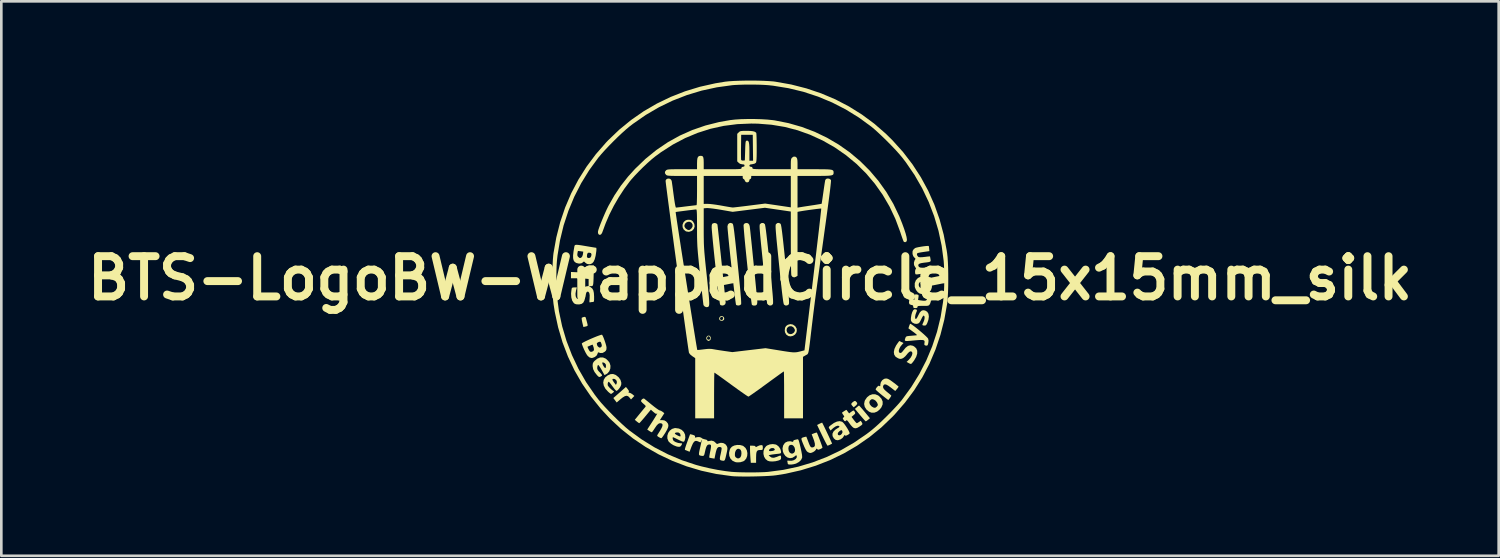
<source format=kicad_pcb>
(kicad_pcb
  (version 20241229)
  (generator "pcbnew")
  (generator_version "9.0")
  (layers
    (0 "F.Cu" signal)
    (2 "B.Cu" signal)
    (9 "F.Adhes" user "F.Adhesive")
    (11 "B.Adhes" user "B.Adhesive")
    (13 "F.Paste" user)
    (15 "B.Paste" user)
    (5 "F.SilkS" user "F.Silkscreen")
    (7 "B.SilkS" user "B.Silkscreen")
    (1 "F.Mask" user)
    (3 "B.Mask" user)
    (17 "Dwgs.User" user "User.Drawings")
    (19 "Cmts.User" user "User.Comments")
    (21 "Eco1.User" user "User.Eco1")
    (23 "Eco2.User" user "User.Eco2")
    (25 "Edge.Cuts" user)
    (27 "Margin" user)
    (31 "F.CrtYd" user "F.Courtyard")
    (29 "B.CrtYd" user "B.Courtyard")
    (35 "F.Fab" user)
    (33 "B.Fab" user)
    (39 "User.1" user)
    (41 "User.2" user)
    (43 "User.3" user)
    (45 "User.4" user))
  (footprint "BTS-LogoBW-WrappedCircle_15x15mm_silk"
    (layer "F.Cu")
    (at 25.335 7.48)
    (property "Reference" "BTS-LogoBW-WrappedCircle_15x15mm_silk" (at 0 0 0) (layer "F.SilkS") (effects (font (size 1.524 1.524) (thickness 0.3))))
    (attr board_only exclude_from_pos_files exclude_from_bom)
    (fp_poly (pts (xy 4.001 4.657) (xy 4.051 4.711) (xy 4.057 4.757) (xy 4.02 4.806) (xy 4 4.823) (xy 3.924 4.884) (xy 3.875 4.832) (xy 3.837 4.784) (xy 3.834 4.747) (xy 3.867 4.708) (xy 3.897 4.682) (xy 3.947 4.649) (xy 3.98 4.645)) (stroke (width 0) (type solid)) (fill yes) (layer "F.SilkS"))
    (fp_poly (pts (xy -6.224 1.477) (xy -6.207 1.523) (xy -6.2 1.55) (xy -6.178 1.632) (xy -6.158 1.709) (xy -6.155 1.723) (xy -6.144 1.775) (xy -6.153 1.804) (xy -6.194 1.821) (xy -6.236 1.83) (xy -6.306 1.846) (xy -6.346 1.679) (xy -6.363 1.597) (xy -6.371 1.533) (xy -6.369 1.499) (xy -6.368 1.497) (xy -6.334 1.48) (xy -6.288 1.466) (xy -6.248 1.461)) (stroke (width 0) (type solid)) (fill yes) (layer "F.SilkS"))
    (fp_poly (pts (xy 4.144 4.835) (xy 4.186 4.88) (xy 4.246 4.948) (xy 4.318 5.033) (xy 4.339 5.058) (xy 4.539 5.298) (xy 4.469 5.357) (xy 4.42 5.395) (xy 4.386 5.415) (xy 4.381 5.417) (xy 4.36 5.4) (xy 4.317 5.354) (xy 4.256 5.285) (xy 4.184 5.201) (xy 4.166 5.18) (xy 3.97 4.944) (xy 4.042 4.882) (xy 4.09 4.842) (xy 4.121 4.82) (xy 4.126 4.818)) (stroke (width 0) (type solid)) (fill yes) (layer "F.SilkS"))
    (fp_poly (pts (xy -1.018 1.447) (xy -0.982 1.491) (xy -0.975 1.544) (xy -0.991 1.578) (xy -1.036 1.607) (xy -1.072 1.613) (xy -1.126 1.599) (xy -1.153 1.578) (xy -1.169 1.53) (xy -1.139 1.53) (xy -1.125 1.561) (xy -1.083 1.586) (xy -1.041 1.572) (xy -1.018 1.527) (xy -1.027 1.478) (xy -1.061 1.456) (xy -1.104 1.469) (xy -1.121 1.487) (xy -1.139 1.53) (xy -1.169 1.53) (xy -1.17 1.528) (xy -1.153 1.476) (xy -1.111 1.438) (xy -1.072 1.429)) (stroke (width 0) (type solid)) (fill yes) (layer "F.SilkS"))
    (fp_poly (pts (xy -4.631 4.194) (xy -4.59 4.25) (xy -4.582 4.286) (xy -4.59 4.303) (xy -4.6 4.326) (xy -4.571 4.333) (xy -4.568 4.333) (xy -4.521 4.348) (xy -4.463 4.383) (xy -4.449 4.394) (xy -4.377 4.455) (xy -4.44 4.521) (xy -4.504 4.588) (xy -4.559 4.518) (xy -4.612 4.466) (xy -4.669 4.448) (xy -4.736 4.463) (xy -4.82 4.514) (xy -4.897 4.575) (xy -5.046 4.702) (xy -5.173 4.534) (xy -5.091 4.463) (xy -5.035 4.413) (xy -4.958 4.346) (xy -4.875 4.273) (xy -4.853 4.253) (xy -4.696 4.115)) (stroke (width 0) (type solid)) (fill yes) (layer "F.SilkS"))
    (fp_poly (pts (xy 2.731 5.467) (xy 2.744 5.491) (xy 2.773 5.548) (xy 2.813 5.63) (xy 2.861 5.73) (xy 2.913 5.839) (xy 2.965 5.949) (xy 3.014 6.054) (xy 3.056 6.144) (xy 3.087 6.213) (xy 3.104 6.253) (xy 3.106 6.259) (xy 3.075 6.277) (xy 3.024 6.302) (xy 2.972 6.325) (xy 2.937 6.338) (xy 2.934 6.338) (xy 2.919 6.318) (xy 2.887 6.263) (xy 2.843 6.179) (xy 2.789 6.073) (xy 2.729 5.95) (xy 2.727 5.946) (xy 2.539 5.554) (xy 2.631 5.507) (xy 2.688 5.48) (xy 2.725 5.467)) (stroke (width 0) (type solid)) (fill yes) (layer "F.SilkS"))
    (fp_poly (pts (xy -1.541 2.174) (xy -1.527 2.181) (xy -1.488 2.226) (xy -1.48 2.285) (xy -1.502 2.335) (xy -1.512 2.344) (xy -1.551 2.368) (xy -1.567 2.374) (xy -1.595 2.362) (xy -1.623 2.344) (xy -1.654 2.3) (xy -1.654 2.265) (xy -1.63 2.265) (xy -1.618 2.307) (xy -1.576 2.328) (xy -1.567 2.328) (xy -1.522 2.312) (xy -1.506 2.292) (xy -1.509 2.248) (xy -1.53 2.218) (xy -1.562 2.192) (xy -1.589 2.202) (xy -1.605 2.218) (xy -1.63 2.265) (xy -1.654 2.265) (xy -1.654 2.248) (xy -1.63 2.202) (xy -1.59 2.173)) (stroke (width 0) (type solid)) (fill yes) (layer "F.SilkS"))
    (fp_poly (pts (xy 0.461 6.32) (xy 0.479 6.341) (xy 0.484 6.393) (xy 0.484 6.408) (xy 0.482 6.467) (xy 0.466 6.493) (xy 0.425 6.5) (xy 0.393 6.5) (xy 0.324 6.505) (xy 0.277 6.527) (xy 0.249 6.572) (xy 0.235 6.647) (xy 0.231 6.76) (xy 0.23 6.778) (xy 0.23 6.984) (xy 0.03 6.984) (xy 0.015 6.794) (xy 0.008 6.683) (xy 0.002 6.569) (xy 0.000155 6.476) (xy 0.000138 6.471) (xy 0 6.338) (xy 0.104 6.338) (xy 0.172 6.343) (xy 0.203 6.359) (xy 0.207 6.373) (xy 0.214 6.391) (xy 0.242 6.384) (xy 0.282 6.361) (xy 0.35 6.33) (xy 0.415 6.316) (xy 0.421 6.316)) (stroke (width 0) (type solid)) (fill yes) (layer "F.SilkS"))
    (fp_poly (pts (xy 1.622 1.753) (xy 1.705 1.811) (xy 1.716 1.823) (xy 1.765 1.906) (xy 1.771 1.995) (xy 1.753 2.06) (xy 1.703 2.131) (xy 1.626 2.18) (xy 1.536 2.201) (xy 1.452 2.188) (xy 1.372 2.133) (xy 1.325 2.049) (xy 1.314 1.975) (xy 1.316 1.963) (xy 1.383 1.963) (xy 1.402 2.039) (xy 1.449 2.091) (xy 1.515 2.115) (xy 1.586 2.107) (xy 1.651 2.065) (xy 1.666 2.047) (xy 1.696 1.997) (xy 1.697 1.953) (xy 1.684 1.918) (xy 1.638 1.853) (xy 1.575 1.819) (xy 1.507 1.816) (xy 1.444 1.841) (xy 1.399 1.892) (xy 1.383 1.963) (xy 1.316 1.963) (xy 1.326 1.878) (xy 1.365 1.809) (xy 1.433 1.761) (xy 1.528 1.736)) (stroke (width 0) (type solid)) (fill yes) (layer "F.SilkS"))
    (fp_poly (pts (xy -2.248 -2.207) (xy -2.198 -2.183) (xy -2.157 -2.142) (xy -2.107 -2.053) (xy -2.096 -1.96) (xy -2.122 -1.873) (xy -2.184 -1.804) (xy -2.212 -1.787) (xy -2.313 -1.755) (xy -2.408 -1.769) (xy -2.441 -1.784) (xy -2.513 -1.847) (xy -2.551 -1.931) (xy -2.553 -1.997) (xy -2.483 -1.997) (xy -2.476 -1.942) (xy -2.435 -1.882) (xy -2.369 -1.836) (xy -2.31 -1.821) (xy -2.274 -1.836) (xy -2.228 -1.873) (xy -2.223 -1.877) (xy -2.176 -1.95) (xy -2.172 -2.026) (xy -2.211 -2.095) (xy -2.214 -2.099) (xy -2.277 -2.135) (xy -2.346 -2.136) (xy -2.411 -2.109) (xy -2.46 -2.061) (xy -2.483 -1.997) (xy -2.553 -1.997) (xy -2.554 -2.023) (xy -2.519 -2.111) (xy -2.491 -2.145) (xy -2.434 -2.191) (xy -2.372 -2.21) (xy -2.32 -2.213)) (stroke (width 0) (type solid)) (fill yes) (layer "F.SilkS"))
    (fp_poly (pts (xy 4.739 4.392) (xy 4.844 4.433) (xy 4.887 4.464) (xy 4.976 4.562) (xy 5.02 4.667) (xy 5.019 4.776) (xy 4.972 4.887) (xy 4.912 4.963) (xy 4.811 5.047) (xy 4.703 5.089) (xy 4.594 5.087) (xy 4.504 5.05) (xy 4.405 4.968) (xy 4.342 4.868) (xy 4.319 4.76) (xy 4.329 4.702) (xy 4.515 4.702) (xy 4.534 4.773) (xy 4.588 4.84) (xy 4.628 4.869) (xy 4.693 4.902) (xy 4.741 4.902) (xy 4.788 4.869) (xy 4.794 4.863) (xy 4.83 4.82) (xy 4.837 4.779) (xy 4.816 4.723) (xy 4.805 4.701) (xy 4.755 4.636) (xy 4.691 4.593) (xy 4.625 4.577) (xy 4.587 4.587) (xy 4.532 4.637) (xy 4.515 4.702) (xy 4.329 4.702) (xy 4.339 4.649) (xy 4.353 4.616) (xy 4.429 4.506) (xy 4.524 4.43) (xy 4.63 4.392)) (stroke (width 0) (type solid)) (fill yes) (layer "F.SilkS"))
    (fp_poly (pts (xy -0.381 6.311) (xy -0.279 6.338) (xy -0.25 6.353) (xy -0.17 6.423) (xy -0.12 6.515) (xy -0.099 6.62) (xy -0.107 6.726) (xy -0.143 6.823) (xy -0.209 6.901) (xy -0.256 6.93) (xy -0.373 6.965) (xy -0.499 6.968) (xy -0.558 6.957) (xy -0.664 6.907) (xy -0.74 6.827) (xy -0.784 6.725) (xy -0.786 6.701) (xy -0.573 6.701) (xy -0.559 6.752) (xy -0.541 6.777) (xy -0.481 6.816) (xy -0.416 6.815) (xy -0.362 6.775) (xy -0.359 6.771) (xy -0.333 6.708) (xy -0.324 6.627) (xy -0.331 6.55) (xy -0.356 6.494) (xy -0.359 6.49) (xy -0.419 6.454) (xy -0.477 6.459) (xy -0.527 6.501) (xy -0.561 6.575) (xy -0.57 6.623) (xy -0.573 6.701) (xy -0.786 6.701) (xy -0.793 6.609) (xy -0.764 6.486) (xy -0.74 6.436) (xy -0.683 6.374) (xy -0.596 6.331) (xy -0.491 6.31)) (stroke (width 0) (type solid)) (fill yes) (layer "F.SilkS"))
    (fp_poly (pts (xy -0.661 -2.068) (xy -0.652 -2.057) (xy -0.643 -2.034) (xy -0.634 -1.996) (xy -0.623 -1.939) (xy -0.612 -1.862) (xy -0.598 -1.759) (xy -0.583 -1.629) (xy -0.564 -1.468) (xy -0.543 -1.273) (xy -0.519 -1.04) (xy -0.49 -0.768) (xy -0.467 -0.545) (xy -0.434 -0.219) (xy -0.406 0.064) (xy -0.382 0.305) (xy -0.364 0.507) (xy -0.35 0.67) (xy -0.34 0.797) (xy -0.335 0.891) (xy -0.334 0.952) (xy -0.336 0.983) (xy -0.338 0.987) (xy -0.381 1.02) (xy -0.443 1.033) (xy -0.502 1.023) (xy -0.528 1.005) (xy -0.535 0.978) (xy -0.545 0.91) (xy -0.559 0.805) (xy -0.576 0.669) (xy -0.596 0.506) (xy -0.617 0.32) (xy -0.641 0.117) (xy -0.665 -0.098) (xy -0.69 -0.322) (xy -0.714 -0.55) (xy -0.739 -0.775) (xy -0.762 -0.995) (xy -0.784 -1.204) (xy -0.803 -1.398) (xy -0.82 -1.571) (xy -0.834 -1.72) (xy -0.845 -1.839) (xy -0.851 -1.923) (xy -0.853 -1.963) (xy -0.835 -2.036) (xy -0.789 -2.082) (xy -0.727 -2.095)) (stroke (width 0) (type solid)) (fill yes) (layer "F.SilkS"))
    (fp_poly (pts (xy -1.279 -2.078) (xy -1.238 -2.042) (xy -1.235 -2.036) (xy -1.23 -2.008) (xy -1.222 -1.94) (xy -1.21 -1.835) (xy -1.195 -1.698) (xy -1.177 -1.535) (xy -1.156 -1.349) (xy -1.135 -1.146) (xy -1.111 -0.93) (xy -1.088 -0.706) (xy -1.064 -0.479) (xy -1.04 -0.254) (xy -1.017 -0.034) (xy -0.996 0.174) (xy -0.976 0.367) (xy -0.959 0.539) (xy -0.944 0.686) (xy -0.933 0.804) (xy -0.925 0.886) (xy -0.922 0.93) (xy -0.922 0.933) (xy -0.942 0.986) (xy -0.99 1.021) (xy -1.051 1.034) (xy -1.108 1.02) (xy -1.131 1) (xy -1.138 0.973) (xy -1.149 0.903) (xy -1.164 0.798) (xy -1.181 0.661) (xy -1.201 0.497) (xy -1.223 0.311) (xy -1.247 0.108) (xy -1.271 -0.108) (xy -1.296 -0.332) (xy -1.32 -0.559) (xy -1.344 -0.784) (xy -1.367 -1.003) (xy -1.388 -1.211) (xy -1.407 -1.402) (xy -1.423 -1.573) (xy -1.436 -1.719) (xy -1.446 -1.834) (xy -1.451 -1.915) (xy -1.451 -1.941) (xy -1.447 -2.013) (xy -1.431 -2.055) (xy -1.404 -2.076) (xy -1.34 -2.091)) (stroke (width 0) (type solid)) (fill yes) (layer "F.SilkS"))
    (fp_poly (pts (xy -0.087 -2.083) (xy -0.072 -2.076) (xy -0.034 -2.035) (xy -0.013 -1.976) (xy -0.007 -1.933) (xy 0.003 -1.85) (xy 0.016 -1.731) (xy 0.031 -1.583) (xy 0.05 -1.409) (xy 0.07 -1.215) (xy 0.091 -1.006) (xy 0.113 -0.786) (xy 0.136 -0.561) (xy 0.159 -0.335) (xy 0.181 -0.114) (xy 0.202 0.098) (xy 0.221 0.295) (xy 0.238 0.473) (xy 0.253 0.627) (xy 0.265 0.751) (xy 0.273 0.841) (xy 0.276 0.892) (xy 0.277 0.9) (xy 0.269 0.963) (xy 0.251 1.007) (xy 0.249 1.01) (xy 0.2 1.033) (xy 0.137 1.035) (xy 0.083 1.016) (xy 0.072 1.006) (xy 0.065 0.978) (xy 0.055 0.909) (xy 0.041 0.804) (xy 0.024 0.667) (xy 0.004 0.502) (xy -0.017 0.315) (xy -0.039 0.111) (xy -0.063 -0.107) (xy -0.087 -0.333) (xy -0.111 -0.562) (xy -0.134 -0.79) (xy -0.157 -1.013) (xy -0.178 -1.225) (xy -0.197 -1.422) (xy -0.213 -1.599) (xy -0.226 -1.751) (xy -0.236 -1.874) (xy -0.242 -1.963) (xy -0.244 -2.013) (xy -0.243 -2.022) (xy -0.21 -2.069) (xy -0.153 -2.091)) (stroke (width 0) (type solid)) (fill yes) (layer "F.SilkS"))
    (fp_poly (pts (xy 6.289 1.181) (xy 6.316 1.204) (xy 6.31 1.253) (xy 6.291 1.298) (xy 6.262 1.379) (xy 6.248 1.454) (xy 6.25 1.512) (xy 6.268 1.542) (xy 6.277 1.544) (xy 6.301 1.525) (xy 6.335 1.473) (xy 6.367 1.408) (xy 6.423 1.301) (xy 6.482 1.236) (xy 6.548 1.21) (xy 6.626 1.221) (xy 6.706 1.269) (xy 6.754 1.347) (xy 6.769 1.45) (xy 6.751 1.576) (xy 6.707 1.7) (xy 6.671 1.765) (xy 6.631 1.792) (xy 6.571 1.789) (xy 6.544 1.783) (xy 6.525 1.772) (xy 6.525 1.747) (xy 6.546 1.697) (xy 6.562 1.664) (xy 6.595 1.579) (xy 6.609 1.501) (xy 6.602 1.442) (xy 6.575 1.412) (xy 6.551 1.426) (xy 6.518 1.476) (xy 6.488 1.537) (xy 6.451 1.612) (xy 6.415 1.672) (xy 6.391 1.7) (xy 6.319 1.728) (xy 6.236 1.722) (xy 6.159 1.687) (xy 6.138 1.669) (xy 6.103 1.628) (xy 6.088 1.585) (xy 6.088 1.523) (xy 6.091 1.49) (xy 6.109 1.382) (xy 6.137 1.288) (xy 6.172 1.218) (xy 6.209 1.18) (xy 6.224 1.175)) (stroke (width 0) (type solid)) (fill yes) (layer "F.SilkS"))
    (fp_poly (pts (xy 5.728 2.414) (xy 5.809 2.452) (xy 5.754 2.511) (xy 5.689 2.593) (xy 5.648 2.674) (xy 5.63 2.746) (xy 5.639 2.8) (xy 5.676 2.829) (xy 5.683 2.83) (xy 5.726 2.82) (xy 5.774 2.773) (xy 5.797 2.743) (xy 5.889 2.63) (xy 5.978 2.561) (xy 6.068 2.537) (xy 6.16 2.555) (xy 6.212 2.582) (xy 6.29 2.653) (xy 6.328 2.745) (xy 6.327 2.855) (xy 6.288 2.978) (xy 6.21 3.113) (xy 6.172 3.163) (xy 6.127 3.219) (xy 6.095 3.242) (xy 6.06 3.239) (xy 6.006 3.212) (xy 5.999 3.208) (xy 5.925 3.169) (xy 6.008 3.088) (xy 6.077 3.009) (xy 6.122 2.93) (xy 6.144 2.859) (xy 6.139 2.804) (xy 6.107 2.771) (xy 6.077 2.766) (xy 6.028 2.786) (xy 5.966 2.847) (xy 5.938 2.883) (xy 5.876 2.955) (xy 5.81 3.011) (xy 5.772 3.033) (xy 5.716 3.052) (xy 5.667 3.051) (xy 5.602 3.029) (xy 5.601 3.028) (xy 5.51 2.972) (xy 5.457 2.892) (xy 5.443 2.793) (xy 5.466 2.676) (xy 5.528 2.546) (xy 5.593 2.45) (xy 5.648 2.375)) (stroke (width 0) (type solid)) (fill yes) (layer "F.SilkS"))
    (fp_poly (pts (xy 6.323 0.616) (xy 6.364 0.627) (xy 6.38 0.649) (xy 6.379 0.695) (xy 6.374 0.726) (xy 6.36 0.823) (xy 6.447 0.838) (xy 6.556 0.852) (xy 6.629 0.852) (xy 6.672 0.835) (xy 6.694 0.801) (xy 6.697 0.789) (xy 6.71 0.734) (xy 6.719 0.701) (xy 6.744 0.686) (xy 6.797 0.686) (xy 6.798 0.686) (xy 6.869 0.697) (xy 6.855 0.815) (xy 6.839 0.896) (xy 6.814 0.967) (xy 6.8 0.991) (xy 6.778 1.018) (xy 6.751 1.035) (xy 6.709 1.044) (xy 6.642 1.047) (xy 6.549 1.047) (xy 6.449 1.047) (xy 6.387 1.05) (xy 6.353 1.058) (xy 6.34 1.073) (xy 6.338 1.087) (xy 6.328 1.117) (xy 6.288 1.128) (xy 6.258 1.129) (xy 6.203 1.125) (xy 6.181 1.106) (xy 6.177 1.073) (xy 6.169 1.033) (xy 6.135 1.015) (xy 6.102 1.01) (xy 6.043 0.989) (xy 6.016 0.938) (xy 6.022 0.856) (xy 6.025 0.841) (xy 6.039 0.808) (xy 6.068 0.796) (xy 6.126 0.8) (xy 6.131 0.8) (xy 6.223 0.813) (xy 6.223 0.719) (xy 6.227 0.649) (xy 6.246 0.616) (xy 6.287 0.61)) (stroke (width 0) (type solid)) (fill yes) (layer "F.SilkS"))
    (fp_poly (pts (xy -5.465 3.04) (xy -5.428 3.069) (xy -5.369 3.128) (xy -5.322 3.188) (xy -5.312 3.206) (xy -5.281 3.311) (xy -5.287 3.42) (xy -5.326 3.521) (xy -5.395 3.602) (xy -5.437 3.629) (xy -5.507 3.665) (xy -5.616 3.469) (xy -5.665 3.386) (xy -5.708 3.322) (xy -5.739 3.285) (xy -5.75 3.28) (xy -5.767 3.306) (xy -5.78 3.36) (xy -5.781 3.374) (xy -5.781 3.426) (xy -5.766 3.469) (xy -5.729 3.518) (xy -5.682 3.566) (xy -5.624 3.629) (xy -5.599 3.668) (xy -5.603 3.691) (xy -5.606 3.692) (xy -5.666 3.729) (xy -5.706 3.738) (xy -5.745 3.716) (xy -5.793 3.666) (xy -5.883 3.55) (xy -5.936 3.442) (xy -5.956 3.329) (xy -5.956 3.315) (xy -5.952 3.238) (xy -5.934 3.196) (xy -5.592 3.196) (xy -5.586 3.241) (xy -5.554 3.309) (xy -5.511 3.376) (xy -5.478 3.4) (xy -5.458 3.38) (xy -5.451 3.318) (xy -5.461 3.255) (xy -5.499 3.214) (xy -5.513 3.205) (xy -5.568 3.183) (xy -5.592 3.196) (xy -5.934 3.196) (xy -5.928 3.181) (xy -5.889 3.134) (xy -5.782 3.046) (xy -5.674 3) (xy -5.567 2.998)) (stroke (width 0) (type solid)) (fill yes) (layer "F.SilkS"))
    (fp_poly (pts (xy 1.154 -2.061) (xy 1.158 -2.057) (xy 1.166 -2.038) (xy 1.176 -1.998) (xy 1.188 -1.934) (xy 1.201 -1.843) (xy 1.217 -1.722) (xy 1.235 -1.57) (xy 1.256 -1.383) (xy 1.28 -1.158) (xy 1.308 -0.894) (xy 1.34 -0.586) (xy 1.346 -0.532) (xy 1.376 -0.233) (xy 1.402 0.023) (xy 1.424 0.24) (xy 1.441 0.421) (xy 1.455 0.569) (xy 1.465 0.689) (xy 1.472 0.783) (xy 1.476 0.855) (xy 1.477 0.907) (xy 1.476 0.945) (xy 1.472 0.969) (xy 1.467 0.986) (xy 1.46 0.995) (xy 1.401 1.032) (xy 1.335 1.03) (xy 1.286 0.997) (xy 1.277 0.977) (xy 1.267 0.936) (xy 1.255 0.869) (xy 1.242 0.776) (xy 1.226 0.652) (xy 1.207 0.495) (xy 1.186 0.304) (xy 1.161 0.074) (xy 1.132 -0.197) (xy 1.1 -0.51) (xy 1.099 -0.519) (xy 1.069 -0.818) (xy 1.043 -1.074) (xy 1.021 -1.292) (xy 1.003 -1.474) (xy 0.99 -1.623) (xy 0.98 -1.743) (xy 0.973 -1.838) (xy 0.969 -1.91) (xy 0.968 -1.963) (xy 0.97 -2) (xy 0.973 -2.026) (xy 0.979 -2.042) (xy 0.982 -2.046) (xy 1.033 -2.088) (xy 1.096 -2.094)) (stroke (width 0) (type solid)) (fill yes) (layer "F.SilkS"))
    (fp_poly (pts (xy 6.608 -0.074) (xy 6.628 -0.042) (xy 6.636 0.02) (xy 6.633 0.118) (xy 6.63 0.171) (xy 6.624 0.282) (xy 6.625 0.353) (xy 6.637 0.385) (xy 6.66 0.385) (xy 6.696 0.357) (xy 6.707 0.346) (xy 6.742 0.281) (xy 6.753 0.192) (xy 6.739 0.091) (xy 6.72 0.034) (xy 6.687 -0.046) (xy 6.767 -0.046) (xy 6.822 -0.037) (xy 6.859 -0.006) (xy 6.881 0.053) (xy 6.89 0.148) (xy 6.892 0.222) (xy 6.881 0.354) (xy 6.847 0.454) (xy 6.785 0.527) (xy 6.746 0.554) (xy 6.663 0.585) (xy 6.559 0.598) (xy 6.459 0.589) (xy 6.417 0.577) (xy 6.347 0.528) (xy 6.285 0.448) (xy 6.243 0.355) (xy 6.234 0.314) (xy 6.235 0.217) (xy 6.386 0.217) (xy 6.387 0.278) (xy 6.41 0.333) (xy 6.451 0.366) (xy 6.47 0.369) (xy 6.49 0.349) (xy 6.499 0.289) (xy 6.5 0.254) (xy 6.493 0.174) (xy 6.471 0.139) (xy 6.435 0.146) (xy 6.412 0.166) (xy 6.386 0.217) (xy 6.235 0.217) (xy 6.235 0.186) (xy 6.277 0.077) (xy 6.355 -0.008) (xy 6.465 -0.064) (xy 6.512 -0.076) (xy 6.57 -0.083)) (stroke (width 0) (type solid)) (fill yes) (layer "F.SilkS"))
    (fp_poly (pts (xy 0.504 -2.091) (xy 0.556 -2.053) (xy 0.562 -2.046) (xy 0.571 -2.012) (xy 0.585 -1.935) (xy 0.602 -1.816) (xy 0.622 -1.653) (xy 0.646 -1.446) (xy 0.674 -1.195) (xy 0.706 -0.899) (xy 0.741 -0.558) (xy 0.744 -0.53) (xy 0.774 -0.231) (xy 0.8 0.025) (xy 0.822 0.242) (xy 0.839 0.423) (xy 0.853 0.572) (xy 0.863 0.692) (xy 0.869 0.786) (xy 0.873 0.857) (xy 0.873 0.909) (xy 0.872 0.946) (xy 0.868 0.97) (xy 0.861 0.985) (xy 0.861 0.985) (xy 0.811 1.027) (xy 0.747 1.035) (xy 0.686 1.005) (xy 0.682 1.001) (xy 0.653 0.966) (xy 0.645 0.949) (xy 0.643 0.924) (xy 0.637 0.857) (xy 0.626 0.752) (xy 0.612 0.613) (xy 0.595 0.443) (xy 0.575 0.247) (xy 0.552 0.028) (xy 0.528 -0.209) (xy 0.502 -0.461) (xy 0.494 -0.538) (xy 0.464 -0.835) (xy 0.438 -1.089) (xy 0.416 -1.304) (xy 0.399 -1.484) (xy 0.385 -1.631) (xy 0.375 -1.749) (xy 0.368 -1.842) (xy 0.364 -1.912) (xy 0.363 -1.964) (xy 0.365 -2.001) (xy 0.368 -2.026) (xy 0.374 -2.042) (xy 0.382 -2.053) (xy 0.383 -2.054) (xy 0.441 -2.091)) (stroke (width 0) (type solid)) (fill yes) (layer "F.SilkS"))
    (fp_poly (pts (xy 5.194 3.8) (xy 5.248 3.822) (xy 5.317 3.864) (xy 5.41 3.932) (xy 5.425 3.943) (xy 5.506 4.004) (xy 5.57 4.056) (xy 5.612 4.091) (xy 5.623 4.104) (xy 5.61 4.127) (xy 5.577 4.172) (xy 5.561 4.192) (xy 5.497 4.267) (xy 5.332 4.139) (xy 5.231 4.066) (xy 5.156 4.025) (xy 5.102 4.015) (xy 5.064 4.034) (xy 5.046 4.06) (xy 5.032 4.11) (xy 5.048 4.164) (xy 5.096 4.226) (xy 5.182 4.302) (xy 5.207 4.322) (xy 5.274 4.376) (xy 5.323 4.419) (xy 5.347 4.443) (xy 5.347 4.445) (xy 5.335 4.471) (xy 5.307 4.516) (xy 5.273 4.564) (xy 5.244 4.599) (xy 5.232 4.608) (xy 5.211 4.594) (xy 5.161 4.556) (xy 5.089 4.5) (xy 5.003 4.432) (xy 4.99 4.422) (xy 4.903 4.35) (xy 4.83 4.287) (xy 4.778 4.239) (xy 4.755 4.212) (xy 4.754 4.21) (xy 4.765 4.177) (xy 4.798 4.129) (xy 4.807 4.118) (xy 4.849 4.077) (xy 4.879 4.069) (xy 4.899 4.08) (xy 4.921 4.092) (xy 4.931 4.072) (xy 4.932 4.025) (xy 4.952 3.935) (xy 5.004 3.859) (xy 5.077 3.808) (xy 5.147 3.794)) (stroke (width 0) (type solid)) (fill yes) (layer "F.SilkS"))
    (fp_poly (pts (xy 0.967 6.291) (xy 1.012 6.31) (xy 1.089 6.373) (xy 1.147 6.46) (xy 1.174 6.553) (xy 1.175 6.572) (xy 1.173 6.605) (xy 1.158 6.625) (xy 1.121 6.637) (xy 1.051 6.646) (xy 1.02 6.649) (xy 0.926 6.66) (xy 0.838 6.672) (xy 0.784 6.681) (xy 0.705 6.697) (xy 0.756 6.748) (xy 0.822 6.789) (xy 0.906 6.794) (xy 1.012 6.762) (xy 1.034 6.753) (xy 1.109 6.721) (xy 1.151 6.712) (xy 1.17 6.727) (xy 1.175 6.77) (xy 1.175 6.786) (xy 1.172 6.834) (xy 1.153 6.864) (xy 1.107 6.887) (xy 1.068 6.901) (xy 0.961 6.926) (xy 0.847 6.936) (xy 0.743 6.93) (xy 0.669 6.908) (xy 0.587 6.843) (xy 0.533 6.753) (xy 0.508 6.648) (xy 0.512 6.54) (xy 0.524 6.506) (xy 0.719 6.506) (xy 0.725 6.535) (xy 0.761 6.546) (xy 0.832 6.539) (xy 0.874 6.531) (xy 0.927 6.508) (xy 0.939 6.474) (xy 0.909 6.441) (xy 0.885 6.429) (xy 0.825 6.426) (xy 0.765 6.449) (xy 0.725 6.49) (xy 0.719 6.506) (xy 0.524 6.506) (xy 0.546 6.439) (xy 0.609 6.357) (xy 0.648 6.329) (xy 0.749 6.289) (xy 0.862 6.276)) (stroke (width 0) (type solid)) (fill yes) (layer "F.SilkS"))
    (fp_poly (pts (xy 3.65 4.982) (xy 3.667 5.004) (xy 3.699 5.047) (xy 3.703 5.053) (xy 3.751 5.115) (xy 3.827 5.058) (xy 3.885 5.018) (xy 3.919 5.006) (xy 3.943 5.022) (xy 3.965 5.06) (xy 3.981 5.099) (xy 3.975 5.129) (xy 3.939 5.165) (xy 3.919 5.182) (xy 3.842 5.247) (xy 3.931 5.366) (xy 3.98 5.428) (xy 4.02 5.471) (xy 4.041 5.486) (xy 4.072 5.473) (xy 4.12 5.443) (xy 4.125 5.44) (xy 4.19 5.394) (xy 4.228 5.452) (xy 4.251 5.494) (xy 4.252 5.525) (xy 4.224 5.557) (xy 4.163 5.601) (xy 4.156 5.606) (xy 4.07 5.658) (xy 4.004 5.679) (xy 3.947 5.672) (xy 3.916 5.659) (xy 3.872 5.623) (xy 3.816 5.562) (xy 3.768 5.498) (xy 3.714 5.423) (xy 3.677 5.383) (xy 3.652 5.374) (xy 3.632 5.39) (xy 3.63 5.393) (xy 3.602 5.415) (xy 3.567 5.395) (xy 3.539 5.357) (xy 3.514 5.314) (xy 3.516 5.289) (xy 3.54 5.268) (xy 3.563 5.246) (xy 3.562 5.221) (xy 3.534 5.178) (xy 3.526 5.167) (xy 3.494 5.119) (xy 3.481 5.09) (xy 3.482 5.087) (xy 3.532 5.05) (xy 3.586 5.015) (xy 3.63 4.989) (xy 3.65 4.982)) (stroke (width 0) (type solid)) (fill yes) (layer "F.SilkS"))
    (fp_poly (pts (xy 6.083 1.73) (xy 6.134 1.762) (xy 6.206 1.814) (xy 6.291 1.88) (xy 6.385 1.956) (xy 6.48 2.036) (xy 6.569 2.113) (xy 6.646 2.184) (xy 6.704 2.241) (xy 6.737 2.281) (xy 6.741 2.288) (xy 6.757 2.358) (xy 6.748 2.445) (xy 6.746 2.457) (xy 6.728 2.521) (xy 6.704 2.549) (xy 6.662 2.55) (xy 6.63 2.542) (xy 6.602 2.525) (xy 6.597 2.487) (xy 6.602 2.456) (xy 6.608 2.407) (xy 6.602 2.372) (xy 6.577 2.349) (xy 6.529 2.338) (xy 6.451 2.336) (xy 6.338 2.343) (xy 6.2 2.355) (xy 6.063 2.368) (xy 5.967 2.375) (xy 5.904 2.375) (xy 5.87 2.365) (xy 5.858 2.345) (xy 5.863 2.313) (xy 5.878 2.267) (xy 5.879 2.264) (xy 5.894 2.228) (xy 5.915 2.206) (xy 5.952 2.193) (xy 6.018 2.184) (xy 6.081 2.179) (xy 6.172 2.171) (xy 6.25 2.164) (xy 6.3 2.16) (xy 6.303 2.16) (xy 6.315 2.149) (xy 6.294 2.122) (xy 6.238 2.076) (xy 6.176 2.03) (xy 6.101 1.974) (xy 6.041 1.931) (xy 6.005 1.905) (xy 5.998 1.901) (xy 6.001 1.879) (xy 6.014 1.833) (xy 6.034 1.779) (xy 6.052 1.736) (xy 6.06 1.723)) (stroke (width 0) (type solid)) (fill yes) (layer "F.SilkS"))
    (fp_poly (pts (xy -2.69 5.689) (xy -2.582 5.741) (xy -2.503 5.821) (xy -2.457 5.922) (xy -2.448 6.038) (xy -2.469 6.128) (xy -2.484 6.165) (xy -2.503 6.185) (xy -2.535 6.187) (xy -2.586 6.171) (xy -2.664 6.135) (xy -2.748 6.093) (xy -2.824 6.056) (xy -2.883 6.029) (xy -2.914 6.016) (xy -2.915 6.016) (xy -2.928 6.034) (xy -2.926 6.075) (xy -2.911 6.123) (xy -2.887 6.159) (xy -2.887 6.159) (xy -2.817 6.2) (xy -2.725 6.232) (xy -2.633 6.246) (xy -2.624 6.246) (xy -2.58 6.248) (xy -2.57 6.263) (xy -2.587 6.304) (xy -2.593 6.315) (xy -2.629 6.364) (xy -2.68 6.382) (xy -2.754 6.373) (xy -2.793 6.362) (xy -2.896 6.32) (xy -2.993 6.26) (xy -3.067 6.194) (xy -3.09 6.164) (xy -3.128 6.063) (xy -3.128 5.957) (xy -3.101 5.872) (xy -2.847 5.872) (xy -2.82 5.905) (xy -2.76 5.941) (xy -2.689 5.975) (xy -2.649 5.988) (xy -2.632 5.981) (xy -2.628 5.954) (xy -2.628 5.951) (xy -2.646 5.882) (xy -2.698 5.842) (xy -2.765 5.835) (xy -2.828 5.849) (xy -2.847 5.872) (xy -3.101 5.872) (xy -3.096 5.855) (xy -3.035 5.768) (xy -2.952 5.703) (xy -2.851 5.672) (xy -2.821 5.67)) (stroke (width 0) (type solid)) (fill yes) (layer "F.SilkS"))
    (fp_poly (pts (xy 2.529 5.841) (xy 2.541 5.866) (xy 2.565 5.924) (xy 2.597 6.005) (xy 2.633 6.099) (xy 2.669 6.196) (xy 2.702 6.285) (xy 2.727 6.357) (xy 2.741 6.401) (xy 2.743 6.41) (xy 2.724 6.43) (xy 2.676 6.458) (xy 2.657 6.466) (xy 2.6 6.487) (xy 2.568 6.488) (xy 2.547 6.469) (xy 2.545 6.467) (xy 2.524 6.447) (xy 2.505 6.464) (xy 2.493 6.49) (xy 2.453 6.537) (xy 2.387 6.581) (xy 2.316 6.609) (xy 2.277 6.614) (xy 2.236 6.603) (xy 2.186 6.58) (xy 2.146 6.545) (xy 2.103 6.478) (xy 2.053 6.374) (xy 2.042 6.347) (xy 1.993 6.23) (xy 1.962 6.148) (xy 1.947 6.094) (xy 1.949 6.06) (xy 1.968 6.04) (xy 2.003 6.026) (xy 2.029 6.018) (xy 2.089 6.002) (xy 2.126 5.996) (xy 2.131 5.997) (xy 2.141 6.02) (xy 2.163 6.076) (xy 2.192 6.154) (xy 2.201 6.177) (xy 2.241 6.281) (xy 2.273 6.349) (xy 2.3 6.387) (xy 2.33 6.403) (xy 2.367 6.403) (xy 2.372 6.403) (xy 2.427 6.383) (xy 2.455 6.336) (xy 2.454 6.259) (xy 2.426 6.15) (xy 2.404 6.089) (xy 2.334 5.905) (xy 2.427 5.868) (xy 2.486 5.848) (xy 2.523 5.84)) (stroke (width 0) (type solid)) (fill yes) (layer "F.SilkS"))
    (fp_poly (pts (xy -5.088 3.658) (xy -5.071 3.668) (xy -4.971 3.749) (xy -4.902 3.847) (xy -4.871 3.953) (xy -4.874 4.026) (xy -4.896 4.085) (xy -4.935 4.151) (xy -4.983 4.211) (xy -5.028 4.252) (xy -5.056 4.264) (xy -5.08 4.246) (xy -5.123 4.198) (xy -5.176 4.129) (xy -5.205 4.091) (xy -5.26 4.015) (xy -5.308 3.956) (xy -5.339 3.923) (xy -5.347 3.918) (xy -5.371 3.938) (xy -5.386 3.985) (xy -5.386 4.038) (xy -5.383 4.055) (xy -5.357 4.096) (xy -5.308 4.151) (xy -5.248 4.208) (xy -5.191 4.253) (xy -5.16 4.271) (xy -5.147 4.287) (xy -5.169 4.317) (xy -5.186 4.331) (xy -5.231 4.364) (xy -5.26 4.379) (xy -5.261 4.379) (xy -5.286 4.365) (xy -5.333 4.328) (xy -5.372 4.294) (xy -5.473 4.182) (xy -5.534 4.066) (xy -5.555 3.952) (xy -5.536 3.845) (xy -5.523 3.824) (xy -5.209 3.824) (xy -5.196 3.869) (xy -5.157 3.93) (xy -5.115 3.986) (xy -5.086 4.024) (xy -5.077 4.033) (xy -5.064 4.016) (xy -5.049 3.989) (xy -5.037 3.925) (xy -5.06 3.862) (xy -5.11 3.819) (xy -5.126 3.813) (xy -5.186 3.806) (xy -5.209 3.824) (xy -5.523 3.824) (xy -5.477 3.75) (xy -5.386 3.677) (xy -5.279 3.63) (xy -5.183 3.624)) (stroke (width 0) (type solid)) (fill yes) (layer "F.SilkS"))
    (fp_poly (pts (xy 3.483 5.431) (xy 3.492 5.436) (xy 3.532 5.472) (xy 3.582 5.533) (xy 3.636 5.61) (xy 3.689 5.692) (xy 3.733 5.77) (xy 3.762 5.833) (xy 3.771 5.872) (xy 3.769 5.876) (xy 3.74 5.903) (xy 3.688 5.935) (xy 3.683 5.937) (xy 3.632 5.959) (xy 3.604 5.956) (xy 3.594 5.944) (xy 3.576 5.934) (xy 3.556 5.965) (xy 3.551 5.976) (xy 3.505 6.042) (xy 3.43 6.096) (xy 3.343 6.127) (xy 3.304 6.131) (xy 3.237 6.116) (xy 3.177 6.066) (xy 3.171 6.06) (xy 3.124 5.974) (xy 3.12 5.89) (xy 3.318 5.89) (xy 3.334 5.931) (xy 3.378 5.947) (xy 3.431 5.93) (xy 3.468 5.895) (xy 3.499 5.838) (xy 3.496 5.791) (xy 3.482 5.765) (xy 3.462 5.748) (xy 3.43 5.758) (xy 3.391 5.784) (xy 3.338 5.836) (xy 3.318 5.89) (xy 3.12 5.89) (xy 3.12 5.886) (xy 3.159 5.801) (xy 3.239 5.723) (xy 3.306 5.681) (xy 3.366 5.644) (xy 3.386 5.616) (xy 3.37 5.593) (xy 3.364 5.589) (xy 3.312 5.582) (xy 3.24 5.608) (xy 3.159 5.663) (xy 3.137 5.682) (xy 3.048 5.763) (xy 3.007 5.7) (xy 2.984 5.661) (xy 2.983 5.633) (xy 3.01 5.601) (xy 3.045 5.572) (xy 3.171 5.48) (xy 3.289 5.425) (xy 3.394 5.408)) (stroke (width 0) (type solid)) (fill yes) (layer "F.SilkS"))
    (fp_poly (pts (xy 1.818 6.1) (xy 1.834 6.12) (xy 1.85 6.162) (xy 1.87 6.233) (xy 1.896 6.339) (xy 1.912 6.405) (xy 1.946 6.563) (xy 1.968 6.684) (xy 1.974 6.766) (xy 1.972 6.793) (xy 1.932 6.878) (xy 1.854 6.953) (xy 1.749 7.011) (xy 1.731 7.018) (xy 1.651 7.039) (xy 1.568 7.051) (xy 1.496 7.052) (xy 1.445 7.042) (xy 1.429 7.024) (xy 1.423 6.98) (xy 1.415 6.945) (xy 1.41 6.912) (xy 1.428 6.901) (xy 1.479 6.906) (xy 1.482 6.907) (xy 1.575 6.908) (xy 1.66 6.885) (xy 1.726 6.844) (xy 1.766 6.79) (xy 1.77 6.73) (xy 1.767 6.721) (xy 1.753 6.701) (xy 1.727 6.712) (xy 1.694 6.74) (xy 1.606 6.795) (xy 1.512 6.81) (xy 1.421 6.786) (xy 1.339 6.726) (xy 1.275 6.635) (xy 1.244 6.554) (xy 1.232 6.454) (xy 1.452 6.454) (xy 1.467 6.54) (xy 1.505 6.602) (xy 1.559 6.635) (xy 1.619 6.634) (xy 1.669 6.602) (xy 1.701 6.544) (xy 1.704 6.475) (xy 1.685 6.404) (xy 1.647 6.345) (xy 1.596 6.308) (xy 1.538 6.306) (xy 1.538 6.306) (xy 1.486 6.332) (xy 1.46 6.377) (xy 1.452 6.453) (xy 1.452 6.454) (xy 1.232 6.454) (xy 1.23 6.436) (xy 1.255 6.327) (xy 1.315 6.239) (xy 1.342 6.216) (xy 1.423 6.179) (xy 1.517 6.169) (xy 1.596 6.187) (xy 1.629 6.192) (xy 1.636 6.17) (xy 1.642 6.146) (xy 1.665 6.129) (xy 1.716 6.113) (xy 1.777 6.099) (xy 1.8 6.095)) (stroke (width 0) (type solid)) (fill yes) (layer "F.SilkS"))
    (fp_poly (pts (xy -6.484 -1.259) (xy -6.384 -1.245) (xy -6.247 -1.222) (xy -6.177 -1.21) (xy -6.058 -1.19) (xy -5.954 -1.173) (xy -5.875 -1.16) (xy -5.83 -1.153) (xy -5.822 -1.153) (xy -5.814 -1.132) (xy -5.813 -1.079) (xy -5.817 -1.026) (xy -5.843 -0.851) (xy -5.877 -0.718) (xy -5.92 -0.624) (xy -5.974 -0.564) (xy -6.042 -0.534) (xy -6.088 -0.53) (xy -6.168 -0.542) (xy -6.227 -0.582) (xy -6.233 -0.588) (xy -6.27 -0.625) (xy -6.293 -0.63) (xy -6.321 -0.606) (xy -6.327 -0.599) (xy -6.388 -0.563) (xy -6.471 -0.554) (xy -6.562 -0.574) (xy -6.591 -0.587) (xy -6.643 -0.626) (xy -6.677 -0.681) (xy -6.695 -0.759) (xy -6.696 -0.865) (xy -6.695 -0.874) (xy -6.537 -0.874) (xy -6.519 -0.828) (xy -6.501 -0.808) (xy -6.455 -0.769) (xy -6.419 -0.765) (xy -6.376 -0.79) (xy -6.359 -0.814) (xy -6.173 -0.814) (xy -6.152 -0.774) (xy -6.103 -0.764) (xy -6.089 -0.765) (xy -6.041 -0.783) (xy -6.013 -0.83) (xy -6.007 -0.849) (xy -6 -0.916) (xy -6.027 -0.954) (xy -6.092 -0.968) (xy -6.101 -0.968) (xy -6.139 -0.957) (xy -6.16 -0.917) (xy -6.167 -0.889) (xy -6.173 -0.814) (xy -6.359 -0.814) (xy -6.347 -0.831) (xy -6.326 -0.896) (xy -6.323 -0.914) (xy -6.31 -1.007) (xy -6.41 -1.021) (xy -6.472 -1.028) (xy -6.509 -1.031) (xy -6.514 -1.03) (xy -6.519 -1.007) (xy -6.529 -0.955) (xy -6.532 -0.94) (xy -6.537 -0.874) (xy -6.695 -0.874) (xy -6.681 -1.003) (xy -6.651 -1.18) (xy -6.647 -1.204) (xy -6.639 -1.232) (xy -6.625 -1.252) (xy -6.599 -1.263) (xy -6.554 -1.265)) (stroke (width 0) (type solid)) (fill yes) (layer "F.SilkS"))
    (fp_poly (pts (xy -5.917 -0.144) (xy -5.921 0.009) (xy -5.926 0.122) (xy -5.932 0.201) (xy -5.941 0.252) (xy -5.955 0.282) (xy -5.975 0.296) (xy -6.003 0.299) (xy -6.022 0.3) (xy -6.096 0.3) (xy -6.025 0.344) (xy -5.968 0.392) (xy -5.93 0.461) (xy -5.909 0.559) (xy -5.901 0.692) (xy -5.901 0.718) (xy -5.901 0.808) (xy -5.905 0.862) (xy -5.916 0.889) (xy -5.935 0.898) (xy -5.956 0.899) (xy -6.016 0.905) (xy -6.049 0.913) (xy -6.068 0.915) (xy -6.077 0.898) (xy -6.078 0.852) (xy -6.071 0.769) (xy -6.071 0.767) (xy -6.067 0.645) (xy -6.082 0.56) (xy -6.114 0.515) (xy -6.142 0.507) (xy -6.169 0.513) (xy -6.19 0.537) (xy -6.208 0.587) (xy -6.227 0.671) (xy -6.238 0.723) (xy -6.268 0.843) (xy -6.31 0.923) (xy -6.37 0.969) (xy -6.454 0.989) (xy -6.502 0.991) (xy -6.584 0.985) (xy -6.639 0.963) (xy -6.672 0.936) (xy -6.73 0.849) (xy -6.763 0.729) (xy -6.772 0.585) (xy -6.768 0.535) (xy -6.759 0.456) (xy -6.749 0.395) (xy -6.741 0.368) (xy -6.711 0.353) (xy -6.655 0.346) (xy -6.64 0.346) (xy -6.553 0.346) (xy -6.585 0.467) (xy -6.604 0.584) (xy -6.598 0.681) (xy -6.568 0.75) (xy -6.555 0.763) (xy -6.509 0.781) (xy -6.471 0.755) (xy -6.438 0.684) (xy -6.415 0.588) (xy -6.383 0.465) (xy -6.336 0.38) (xy -6.269 0.329) (xy -6.196 0.308) (xy -6.108 0.294) (xy -6.108 0.029) (xy -6.229 0.015) (xy -6.309 0.008) (xy -6.416 0.003) (xy -6.53 0.000392) (xy -6.563 0.0002) (xy -6.776 0) (xy -6.776 -0.237) (xy -6.431 -0.221) (xy -6.085 -0.205) (xy -6.085 -0.484) (xy -5.907 -0.484)) (stroke (width 0) (type solid)) (fill yes) (layer "F.SilkS"))
    (fp_poly (pts (xy -5.6 2.138) (xy -5.572 2.185) (xy -5.538 2.263) (xy -5.503 2.359) (xy -5.47 2.458) (xy -5.444 2.547) (xy -5.431 2.613) (xy -5.431 2.624) (xy -5.435 2.696) (xy -5.458 2.745) (xy -5.493 2.779) (xy -5.576 2.826) (xy -5.664 2.831) (xy -5.715 2.813) (xy -5.746 2.804) (xy -5.763 2.828) (xy -5.77 2.859) (xy -5.804 2.924) (xy -5.87 2.979) (xy -5.952 3.013) (xy -6.002 3.019) (xy -6.07 3) (xy -6.142 2.941) (xy -6.142 2.941) (xy -6.182 2.886) (xy -6.23 2.801) (xy -6.279 2.701) (xy -6.323 2.599) (xy -6.325 2.593) (xy -6.15 2.593) (xy -6.145 2.616) (xy -6.124 2.665) (xy -6.108 2.696) (xy -6.073 2.756) (xy -6.041 2.782) (xy -6 2.785) (xy -6 2.785) (xy -5.945 2.765) (xy -5.916 2.739) (xy -5.905 2.692) (xy -5.919 2.619) (xy -5.923 2.607) (xy -5.943 2.549) (xy -5.957 2.516) (xy -5.959 2.512) (xy -5.983 2.521) (xy -6.031 2.54) (xy -6.087 2.564) (xy -6.132 2.584) (xy -6.15 2.593) (xy -6.325 2.593) (xy -6.356 2.509) (xy -6.363 2.484) (xy -5.798 2.484) (xy -5.786 2.525) (xy -5.785 2.536) (xy -5.768 2.571) (xy -5.728 2.608) (xy -5.687 2.627) (xy -5.683 2.628) (xy -5.644 2.611) (xy -5.625 2.594) (xy -5.609 2.558) (xy -5.616 2.504) (xy -5.624 2.479) (xy -5.647 2.421) (xy -5.675 2.4) (xy -5.723 2.412) (xy -5.751 2.424) (xy -5.793 2.455) (xy -5.798 2.484) (xy -6.363 2.484) (xy -6.366 2.47) (xy -6.348 2.452) (xy -6.296 2.421) (xy -6.216 2.381) (xy -6.118 2.335) (xy -6.01 2.287) (xy -5.9 2.24) (xy -5.796 2.198) (xy -5.706 2.165) (xy -5.639 2.143) (xy -5.603 2.137)) (stroke (width 0) (type solid)) (fill yes) (layer "F.SilkS"))
    (fp_poly (pts (xy 6.757 -1.222) (xy 6.763 -1.219) (xy 6.771 -1.193) (xy 6.778 -1.137) (xy 6.78 -1.118) (xy 6.788 -1.026) (xy 6.569 -0.995) (xy 6.472 -0.98) (xy 6.393 -0.965) (xy 6.342 -0.951) (xy 6.33 -0.945) (xy 6.316 -0.904) (xy 6.331 -0.854) (xy 6.366 -0.811) (xy 6.394 -0.798) (xy 6.444 -0.794) (xy 6.523 -0.797) (xy 6.615 -0.807) (xy 6.627 -0.808) (xy 6.711 -0.819) (xy 6.776 -0.825) (xy 6.808 -0.826) (xy 6.81 -0.826) (xy 6.817 -0.8) (xy 6.827 -0.746) (xy 6.831 -0.723) (xy 6.837 -0.678) (xy 6.834 -0.647) (xy 6.814 -0.627) (xy 6.772 -0.613) (xy 6.698 -0.601) (xy 6.587 -0.588) (xy 6.575 -0.587) (xy 6.466 -0.569) (xy 6.399 -0.544) (xy 6.369 -0.509) (xy 6.372 -0.465) (xy 6.397 -0.426) (xy 6.448 -0.403) (xy 6.529 -0.396) (xy 6.646 -0.403) (xy 6.684 -0.407) (xy 6.865 -0.428) (xy 6.878 -0.361) (xy 6.89 -0.298) (xy 6.889 -0.257) (xy 6.871 -0.23) (xy 6.826 -0.213) (xy 6.748 -0.2) (xy 6.655 -0.188) (xy 6.548 -0.175) (xy 6.451 -0.162) (xy 6.377 -0.152) (xy 6.35 -0.147) (xy 6.295 -0.144) (xy 6.263 -0.152) (xy 6.25 -0.188) (xy 6.246 -0.245) (xy 6.252 -0.304) (xy 6.267 -0.345) (xy 6.275 -0.352) (xy 6.285 -0.372) (xy 6.258 -0.412) (xy 6.252 -0.419) (xy 6.21 -0.495) (xy 6.202 -0.586) (xy 6.227 -0.672) (xy 6.237 -0.688) (xy 6.261 -0.729) (xy 6.253 -0.754) (xy 6.227 -0.775) (xy 6.179 -0.833) (xy 6.151 -0.916) (xy 6.15 -1.004) (xy 6.158 -1.039) (xy 6.196 -1.099) (xy 6.251 -1.143) (xy 6.295 -1.158) (xy 6.368 -1.175) (xy 6.458 -1.191) (xy 6.553 -1.206) (xy 6.643 -1.217) (xy 6.715 -1.223)) (stroke (width 0) (type solid)) (fill yes) (layer "F.SilkS"))
    (fp_poly (pts (xy -4.005 4.556) (xy -3.978 4.578) (xy -3.921 4.624) (xy -3.844 4.686) (xy -3.753 4.761) (xy -3.717 4.79) (xy -3.622 4.866) (xy -3.537 4.929) (xy -3.469 4.976) (xy -3.426 5) (xy -3.418 5.002) (xy -3.373 5.016) (xy -3.318 5.049) (xy -3.31 5.055) (xy -3.243 5.109) (xy -3.327 5.24) (xy -3.411 5.37) (xy -3.317 5.37) (xy -3.239 5.381) (xy -3.176 5.419) (xy -3.156 5.438) (xy -3.109 5.497) (xy -3.089 5.56) (xy -3.097 5.634) (xy -3.135 5.725) (xy -3.202 5.843) (xy -3.21 5.855) (xy -3.263 5.937) (xy -3.31 6.004) (xy -3.343 6.045) (xy -3.354 6.054) (xy -3.386 6.047) (xy -3.438 6.021) (xy -3.452 6.013) (xy -3.5 5.98) (xy -3.514 5.955) (xy -3.5 5.922) (xy -3.488 5.904) (xy -3.404 5.771) (xy -3.347 5.67) (xy -3.316 5.596) (xy -3.309 5.545) (xy -3.325 5.511) (xy -3.353 5.494) (xy -3.413 5.486) (xy -3.473 5.512) (xy -3.535 5.576) (xy -3.599 5.669) (xy -3.648 5.743) (xy -3.688 5.8) (xy -3.714 5.828) (xy -3.718 5.83) (xy -3.747 5.819) (xy -3.797 5.79) (xy -3.813 5.779) (xy -3.89 5.727) (xy -3.682 5.406) (xy -3.617 5.302) (xy -3.564 5.216) (xy -3.527 5.153) (xy -3.51 5.118) (xy -3.512 5.115) (xy -3.537 5.131) (xy -3.563 5.13) (xy -3.6 5.108) (xy -3.656 5.061) (xy -3.691 5.03) (xy -3.752 4.975) (xy -3.964 5.23) (xy -4.04 5.321) (xy -4.107 5.398) (xy -4.157 5.454) (xy -4.187 5.483) (xy -4.192 5.486) (xy -4.218 5.472) (xy -4.265 5.438) (xy -4.285 5.422) (xy -4.361 5.358) (xy -4.182 5.139) (xy -4.11 5.051) (xy -4.045 4.972) (xy -3.995 4.912) (xy -3.967 4.879) (xy -3.949 4.852) (xy -3.953 4.828) (xy -3.984 4.794) (xy -4.028 4.756) (xy -4.083 4.706) (xy -4.118 4.664) (xy -4.126 4.646) (xy -4.109 4.605) (xy -4.071 4.569) (xy -4.029 4.551)) (stroke (width 0) (type solid)) (fill yes) (layer "F.SilkS"))
    (fp_poly (pts (xy 0.162 -6.026) (xy 0.413 -6.019) (xy 0.649 -6.005) (xy 0.857 -5.984) (xy 0.933 -5.974) (xy 1.457 -5.87) (xy 1.963 -5.725) (xy 2.451 -5.54) (xy 2.917 -5.316) (xy 3.36 -5.056) (xy 3.778 -4.761) (xy 4.169 -4.432) (xy 4.531 -4.072) (xy 4.863 -3.68) (xy 5.161 -3.261) (xy 5.425 -2.814) (xy 5.651 -2.341) (xy 5.759 -2.071) (xy 5.835 -1.862) (xy 5.89 -1.691) (xy 5.924 -1.56) (xy 5.938 -1.466) (xy 5.932 -1.408) (xy 5.925 -1.396) (xy 5.877 -1.363) (xy 5.831 -1.373) (xy 5.815 -1.389) (xy 5.801 -1.42) (xy 5.775 -1.487) (xy 5.742 -1.58) (xy 5.704 -1.693) (xy 5.685 -1.752) (xy 5.502 -2.244) (xy 5.28 -2.714) (xy 5.02 -3.159) (xy 4.724 -3.577) (xy 4.393 -3.968) (xy 4.029 -4.328) (xy 3.633 -4.656) (xy 3.208 -4.951) (xy 2.754 -5.21) (xy 2.738 -5.217) (xy 2.273 -5.431) (xy 1.8 -5.6) (xy 1.315 -5.726) (xy 0.816 -5.809) (xy 0.3 -5.85) (xy 0.046 -5.854) (xy -0.481 -5.832) (xy -0.995 -5.766) (xy -1.495 -5.656) (xy -1.982 -5.501) (xy -2.456 -5.303) (xy -2.917 -5.06) (xy -3.364 -4.773) (xy -3.584 -4.612) (xy -3.722 -4.5) (xy -3.879 -4.361) (xy -4.045 -4.205) (xy -4.209 -4.041) (xy -4.362 -3.881) (xy -4.494 -3.733) (xy -4.55 -3.665) (xy -4.763 -3.378) (xy -4.968 -3.064) (xy -5.157 -2.737) (xy -5.323 -2.408) (xy -5.46 -2.089) (xy -5.496 -1.994) (xy -5.533 -1.892) (xy -5.566 -1.803) (xy -5.591 -1.737) (xy -5.601 -1.711) (xy -5.64 -1.657) (xy -5.686 -1.64) (xy -5.727 -1.658) (xy -5.753 -1.706) (xy -5.754 -1.768) (xy -5.738 -1.832) (xy -5.705 -1.929) (xy -5.66 -2.05) (xy -5.605 -2.187) (xy -5.545 -2.331) (xy -5.483 -2.473) (xy -5.423 -2.605) (xy -5.367 -2.719) (xy -5.357 -2.739) (xy -5.131 -3.137) (xy -4.887 -3.502) (xy -4.618 -3.844) (xy -4.346 -4.144) (xy -3.954 -4.52) (xy -3.542 -4.854) (xy -3.11 -5.147) (xy -2.658 -5.398) (xy -2.184 -5.609) (xy -1.688 -5.78) (xy -1.169 -5.911) (xy -0.749 -5.985) (xy -0.559 -6.006) (xy -0.336 -6.02) (xy -0.092 -6.026)) (stroke (width 0) (type solid)) (fill yes) (layer "F.SilkS"))
    (fp_poly (pts (xy -2.246 5.906) (xy -2.194 5.919) (xy -2.167 5.926) (xy -2.106 5.949) (xy -2.082 5.973) (xy -2.082 5.998) (xy -2.084 6.028) (xy -2.057 6.028) (xy -2.044 6.024) (xy -1.971 6.011) (xy -1.898 6.015) (xy -1.844 6.036) (xy -1.832 6.047) (xy -1.796 6.071) (xy -1.734 6.091) (xy -1.711 6.096) (xy -1.641 6.115) (xy -1.614 6.142) (xy -1.613 6.146) (xy -1.602 6.169) (xy -1.562 6.162) (xy -1.562 6.162) (xy -1.457 6.145) (xy -1.367 6.171) (xy -1.313 6.217) (xy -1.27 6.26) (xy -1.239 6.272) (xy -1.202 6.259) (xy -1.196 6.255) (xy -1.106 6.228) (xy -1.014 6.238) (xy -0.934 6.28) (xy -0.88 6.349) (xy -0.865 6.388) (xy -0.856 6.424) (xy -0.857 6.467) (xy -0.866 6.529) (xy -0.885 6.619) (xy -0.903 6.697) (xy -0.927 6.799) (xy -0.947 6.863) (xy -0.969 6.898) (xy -1 6.909) (xy -1.046 6.904) (xy -1.079 6.898) (xy -1.117 6.886) (xy -1.137 6.862) (xy -1.142 6.818) (xy -1.132 6.746) (xy -1.108 6.641) (xy -1.089 6.55) (xy -1.077 6.474) (xy -1.074 6.425) (xy -1.076 6.418) (xy -1.106 6.394) (xy -1.156 6.385) (xy -1.201 6.394) (xy -1.237 6.426) (xy -1.267 6.487) (xy -1.294 6.583) (xy -1.315 6.681) (xy -1.344 6.827) (xy -1.437 6.812) (xy -1.498 6.801) (xy -1.537 6.79) (xy -1.542 6.787) (xy -1.542 6.761) (xy -1.534 6.702) (xy -1.519 6.62) (xy -1.514 6.597) (xy -1.495 6.503) (xy -1.481 6.419) (xy -1.475 6.361) (xy -1.475 6.355) (xy -1.482 6.311) (xy -1.51 6.294) (xy -1.545 6.292) (xy -1.591 6.301) (xy -1.626 6.331) (xy -1.656 6.388) (xy -1.684 6.48) (xy -1.708 6.586) (xy -1.727 6.667) (xy -1.748 6.711) (xy -1.781 6.726) (xy -1.836 6.721) (xy -1.864 6.716) (xy -1.899 6.707) (xy -1.922 6.692) (xy -1.932 6.663) (xy -1.93 6.615) (xy -1.917 6.538) (xy -1.892 6.427) (xy -1.878 6.369) (xy -1.856 6.269) (xy -1.839 6.187) (xy -1.83 6.133) (xy -1.829 6.115) (xy -1.841 6.127) (xy -1.853 6.165) (xy -1.866 6.204) (xy -1.887 6.211) (xy -1.932 6.191) (xy -1.935 6.189) (xy -2.009 6.159) (xy -2.067 6.157) (xy -2.117 6.188) (xy -2.162 6.254) (xy -2.209 6.36) (xy -2.225 6.401) (xy -2.287 6.568) (xy -2.368 6.534) (xy -2.422 6.512) (xy -2.455 6.5) (xy -2.458 6.5) (xy -2.465 6.491) (xy -2.462 6.459) (xy -2.446 6.401) (xy -2.416 6.309) (xy -2.37 6.181) (xy -2.37 6.18) (xy -2.333 6.077) (xy -2.301 5.991) (xy -2.279 5.931) (xy -2.269 5.905) (xy -2.269 5.905)) (stroke (width 0) (type solid)) (fill yes) (layer "F.SilkS"))
    (fp_poly (pts (xy 0.296 -7.478) (xy 0.517 -7.471) (xy 0.716 -7.461) (xy 0.885 -7.448) (xy 0.961 -7.438) (xy 1.559 -7.332) (xy 2.137 -7.184) (xy 2.695 -6.996) (xy 3.231 -6.769) (xy 3.745 -6.501) (xy 4.235 -6.195) (xy 4.7 -5.851) (xy 5.139 -5.47) (xy 5.394 -5.218) (xy 5.793 -4.774) (xy 6.15 -4.308) (xy 6.467 -3.82) (xy 6.744 -3.31) (xy 6.98 -2.779) (xy 7.175 -2.226) (xy 7.33 -1.65) (xy 7.444 -1.053) (xy 7.461 -0.939) (xy 7.477 -0.793) (xy 7.489 -0.61) (xy 7.498 -0.4) (xy 7.502 -0.173) (xy 7.503 0.062) (xy 7.501 0.294) (xy 7.495 0.515) (xy 7.484 0.714) (xy 7.471 0.883) (xy 7.461 0.962) (xy 7.354 1.564) (xy 7.207 2.143) (xy 7.019 2.701) (xy 6.791 3.236) (xy 6.522 3.75) (xy 6.212 4.242) (xy 5.862 4.711) (xy 5.472 5.16) (xy 5.394 5.241) (xy 4.974 5.643) (xy 4.525 6.009) (xy 4.05 6.339) (xy 3.551 6.63) (xy 3.03 6.883) (xy 2.487 7.095) (xy 1.925 7.268) (xy 1.346 7.399) (xy 0.986 7.457) (xy 0.869 7.47) (xy 0.715 7.481) (xy 0.534 7.49) (xy 0.334 7.497) (xy 0.126 7.502) (xy -0.081 7.505) (xy -0.278 7.504) (xy -0.455 7.501) (xy -0.604 7.496) (xy -0.691 7.489) (xy -1.272 7.409) (xy -1.841 7.285) (xy -2.396 7.12) (xy -2.936 6.913) (xy -3.456 6.667) (xy -3.956 6.382) (xy -4.433 6.06) (xy -4.883 5.702) (xy -5.305 5.309) (xy -5.652 4.935) (xy -6.023 4.472) (xy -6.353 3.991) (xy -6.642 3.489) (xy -6.889 2.968) (xy -7.096 2.425) (xy -7.262 1.86) (xy -7.389 1.272) (xy -7.438 0.961) (xy -7.454 0.814) (xy -7.466 0.63) (xy -7.475 0.419) (xy -7.479 0.192) (xy -7.48 0.066) (xy -7.329 0.066) (xy -7.326 0.273) (xy -7.32 0.466) (xy -7.31 0.632) (xy -7.306 0.68) (xy -7.23 1.254) (xy -7.11 1.819) (xy -6.946 2.371) (xy -6.739 2.909) (xy -6.492 3.43) (xy -6.204 3.931) (xy -5.876 4.409) (xy -5.74 4.587) (xy -5.632 4.716) (xy -5.497 4.866) (xy -5.343 5.029) (xy -5.178 5.197) (xy -5.011 5.362) (xy -4.848 5.515) (xy -4.699 5.65) (xy -4.571 5.757) (xy -4.57 5.758) (xy -4.102 6.099) (xy -3.613 6.402) (xy -3.104 6.665) (xy -2.58 6.887) (xy -2.044 7.065) (xy -1.832 7.122) (xy -1.53 7.193) (xy -1.222 7.254) (xy -0.927 7.3) (xy -0.703 7.327) (xy -0.57 7.336) (xy -0.403 7.343) (xy -0.213 7.347) (xy -0.011 7.349) (xy 0.19 7.348) (xy 0.38 7.344) (xy 0.547 7.338) (xy 0.679 7.329) (xy 0.68 7.329) (xy 1.256 7.253) (xy 1.822 7.133) (xy 2.375 6.968) (xy 2.913 6.761) (xy 3.434 6.512) (xy 3.937 6.222) (xy 4.418 5.892) (xy 4.589 5.761) (xy 4.715 5.655) (xy 4.863 5.523) (xy 5.023 5.372) (xy 5.189 5.209) (xy 5.352 5.044) (xy 5.504 4.883) (xy 5.638 4.736) (xy 5.745 4.609) (xy 5.753 4.598) (xy 6.101 4.121) (xy 6.408 3.624) (xy 6.673 3.109) (xy 6.896 2.576) (xy 7.077 2.029) (xy 7.214 1.468) (xy 7.306 0.895) (xy 7.329 0.68) (xy 7.34 0.517) (xy 7.348 0.321) (xy 7.351 0.106) (xy 7.351 -0.114) (xy 7.347 -0.327) (xy 7.339 -0.519) (xy 7.329 -0.657) (xy 7.253 -1.23) (xy 7.133 -1.795) (xy 6.969 -2.347) (xy 6.763 -2.885) (xy 6.515 -3.406) (xy 6.227 -3.907) (xy 5.9 -4.385) (xy 5.763 -4.564) (xy 5.653 -4.695) (xy 5.517 -4.847) (xy 5.36 -5.012) (xy 5.193 -5.182) (xy 5.023 -5.348) (xy 4.859 -5.503) (xy 4.708 -5.639) (xy 4.587 -5.74) (xy 4.115 -6.084) (xy 3.621 -6.389) (xy 3.107 -6.652) (xy 2.573 -6.874) (xy 2.023 -7.055) (xy 1.456 -7.192) (xy 0.876 -7.286) (xy 0.695 -7.306) (xy 0.553 -7.316) (xy 0.377 -7.324) (xy 0.18 -7.328) (xy -0.028 -7.329) (xy -0.233 -7.327) (xy -0.424 -7.321) (xy -0.588 -7.313) (xy -0.672 -7.306) (xy -1.257 -7.225) (xy -1.829 -7.101) (xy -2.385 -6.933) (xy -2.925 -6.723) (xy -3.446 -6.471) (xy -3.949 -6.177) (xy -4.431 -5.842) (xy -4.57 -5.735) (xy -4.697 -5.628) (xy -4.846 -5.494) (xy -5.009 -5.341) (xy -5.176 -5.176) (xy -5.341 -5.008) (xy -5.495 -4.845) (xy -5.63 -4.694) (xy -5.739 -4.565) (xy -5.74 -4.564) (xy -6.084 -4.093) (xy -6.388 -3.599) (xy -6.651 -3.085) (xy -6.873 -2.551) (xy -7.054 -2.001) (xy -7.191 -1.435) (xy -7.286 -0.855) (xy -7.306 -0.672) (xy -7.317 -0.526) (xy -7.324 -0.346) (xy -7.328 -0.145) (xy -7.329 0.066) (xy -7.48 0.066) (xy -7.48 -0.044) (xy -7.478 -0.277) (xy -7.471 -0.499) (xy -7.461 -0.699) (xy -7.447 -0.869) (xy -7.438 -0.945) (xy -7.331 -1.544) (xy -7.184 -2.122) (xy -6.996 -2.679) (xy -6.767 -3.215) (xy -6.497 -3.729) (xy -6.187 -4.221) (xy -5.836 -4.692) (xy -5.445 -5.14) (xy -5.371 -5.218) (xy -4.95 -5.621) (xy -4.501 -5.988) (xy -4.026 -6.318) (xy -3.526 -6.609) (xy -3.004 -6.861) (xy -2.46 -7.074) (xy -1.896 -7.246) (xy -1.314 -7.377) (xy -0.945 -7.438) (xy -0.796 -7.454) (xy -0.612 -7.466) (xy -0.401 -7.474) (xy -0.172 -7.479) (xy 0.063 -7.48)) (stroke (width 0) (type solid)) (fill yes) (layer "F.SilkS"))
    (fp_poly (pts (xy 0.013 -5.575) (xy 0.114 -5.563) (xy 0.182 -5.543) (xy 0.226 -5.513) (xy 0.236 -5.499) (xy 0.241 -5.47) (xy 0.245 -5.401) (xy 0.249 -5.3) (xy 0.251 -5.174) (xy 0.253 -5.028) (xy 0.253 -4.943) (xy 0.253 -4.759) (xy 0.251 -4.616) (xy 0.247 -4.511) (xy 0.241 -4.437) (xy 0.232 -4.391) (xy 0.223 -4.37) (xy 0.177 -4.338) (xy 0.098 -4.318) (xy 0.085 -4.316) (xy 0.017 -4.305) (xy -0.016 -4.287) (xy -0.023 -4.261) (xy -0.008 -4.227) (xy 0.035 -4.218) (xy 0.08 -4.207) (xy 0.092 -4.172) (xy 0.093 -4.159) (xy 0.101 -4.149) (xy 0.118 -4.141) (xy 0.151 -4.135) (xy 0.204 -4.131) (xy 0.281 -4.128) (xy 0.388 -4.127) (xy 0.529 -4.126) (xy 0.709 -4.126) (xy 0.818 -4.126) (xy 1.544 -4.126) (xy 1.544 -4.322) (xy 1.546 -4.422) (xy 1.552 -4.488) (xy 1.566 -4.531) (xy 1.588 -4.562) (xy 1.59 -4.564) (xy 1.654 -4.604) (xy 1.717 -4.6) (xy 1.76 -4.568) (xy 1.78 -4.533) (xy 1.792 -4.478) (xy 1.797 -4.392) (xy 1.798 -4.326) (xy 1.798 -4.126) (xy 2.439 -4.126) (xy 2.641 -4.125) (xy 2.801 -4.124) (xy 2.925 -4.121) (xy 3.017 -4.114) (xy 3.081 -4.105) (xy 3.124 -4.09) (xy 3.148 -4.071) (xy 3.16 -4.045) (xy 3.163 -4.013) (xy 3.163 -3.999) (xy 3.162 -3.964) (xy 3.154 -3.936) (xy 3.134 -3.914) (xy 3.099 -3.898) (xy 3.043 -3.887) (xy 2.961 -3.879) (xy 2.849 -3.875) (xy 2.702 -3.873) (xy 2.516 -3.872) (xy 2.439 -3.872) (xy 1.798 -3.872) (xy 1.798 -2.672) (xy 1.873 -2.685) (xy 1.921 -2.692) (xy 2.004 -2.706) (xy 2.115 -2.723) (xy 2.242 -2.742) (xy 2.326 -2.755) (xy 2.452 -2.774) (xy 2.561 -2.792) (xy 2.646 -2.806) (xy 2.698 -2.815) (xy 2.711 -2.818) (xy 2.715 -2.842) (xy 2.725 -2.904) (xy 2.739 -2.997) (xy 2.756 -3.115) (xy 2.775 -3.249) (xy 2.776 -3.256) (xy 2.796 -3.393) (xy 2.814 -3.516) (xy 2.83 -3.617) (xy 2.842 -3.688) (xy 2.849 -3.721) (xy 2.849 -3.721) (xy 2.886 -3.761) (xy 2.943 -3.775) (xy 3.005 -3.764) (xy 3.054 -3.728) (xy 3.064 -3.715) (xy 3.065 -3.683) (xy 3.059 -3.607) (xy 3.046 -3.485) (xy 3.027 -3.317) (xy 3 -3.105) (xy 2.966 -2.847) (xy 2.925 -2.543) (xy 2.878 -2.194) (xy 2.823 -1.8) (xy 2.821 -1.786) (xy 2.764 -1.371) (xy 2.712 -0.999) (xy 2.665 -0.665) (xy 2.624 -0.366) (xy 2.587 -0.098) (xy 2.554 0.143) (xy 2.525 0.359) (xy 2.498 0.556) (xy 2.474 0.736) (xy 2.452 0.902) (xy 2.432 1.06) (xy 2.413 1.211) (xy 2.394 1.361) (xy 2.376 1.512) (xy 2.357 1.668) (xy 2.337 1.833) (xy 2.329 1.902) (xy 2.301 2.135) (xy 2.279 2.327) (xy 2.26 2.482) (xy 2.244 2.604) (xy 2.231 2.698) (xy 2.218 2.767) (xy 2.206 2.816) (xy 2.193 2.849) (xy 2.179 2.871) (xy 2.162 2.886) (xy 2.141 2.897) (xy 2.117 2.91) (xy 2.107 2.916) (xy 2.005 2.975) (xy 2.005 5.301) (xy 1.291 5.301) (xy 1.291 4.414) (xy 1.29 4.217) (xy 1.29 4.035) (xy 1.288 3.873) (xy 1.287 3.737) (xy 1.285 3.63) (xy 1.283 3.559) (xy 1.28 3.527) (xy 1.28 3.526) (xy 1.259 3.54) (xy 1.206 3.577) (xy 1.124 3.635) (xy 1.018 3.712) (xy 0.892 3.803) (xy 0.75 3.906) (xy 0.619 4.002) (xy 0.466 4.113) (xy 0.325 4.216) (xy 0.199 4.305) (xy 0.093 4.38) (xy 0.011 4.436) (xy -0.041 4.471) (xy -0.06 4.48) (xy -0.085 4.468) (xy -0.143 4.431) (xy -0.228 4.373) (xy -0.337 4.297) (xy -0.464 4.207) (xy -0.606 4.104) (xy -0.711 4.028) (xy -0.86 3.919) (xy -0.996 3.82) (xy -1.117 3.733) (xy -1.216 3.662) (xy -1.291 3.61) (xy -1.335 3.579) (xy -1.347 3.573) (xy -1.35 3.595) (xy -1.352 3.658) (xy -1.355 3.757) (xy -1.357 3.888) (xy -1.358 4.044) (xy -1.359 4.221) (xy -1.36 4.414) (xy -1.36 4.437) (xy -1.36 5.301) (xy -2.074 5.301) (xy -2.074 3.025) (xy -2.188 2.947) (xy -2.265 2.884) (xy -2.307 2.827) (xy -2.312 2.812) (xy -2.321 2.755) (xy -2.336 2.658) (xy -2.356 2.523) (xy -2.38 2.355) (xy -2.409 2.155) (xy -2.441 1.928) (xy -2.476 1.677) (xy -2.514 1.404) (xy -2.554 1.112) (xy -2.596 0.806) (xy -2.64 0.488) (xy -2.685 0.161) (xy -2.73 -0.172) (xy -2.776 -0.507) (xy -2.821 -0.842) (xy -2.866 -1.172) (xy -2.909 -1.496) (xy -2.952 -1.809) (xy -2.992 -2.11) (xy -3.029 -2.393) (xy -3.044 -2.506) (xy -2.814 -2.506) (xy -2.812 -2.483) (xy -2.803 -2.418) (xy -2.788 -2.315) (xy -2.768 -2.176) (xy -2.742 -2.006) (xy -2.712 -1.808) (xy -2.678 -1.585) (xy -2.64 -1.341) (xy -2.6 -1.079) (xy -2.557 -0.803) (xy -2.512 -0.517) (xy -2.466 -0.222) (xy -2.42 0.075) (xy -2.373 0.374) (xy -2.327 0.669) (xy -2.281 0.957) (xy -2.237 1.236) (xy -2.195 1.5) (xy -2.156 1.748) (xy -2.119 1.975) (xy -2.086 2.179) (xy -2.058 2.354) (xy -2.034 2.499) (xy -2.015 2.609) (xy -2.003 2.682) (xy -1.996 2.713) (xy -1.996 2.714) (xy -1.971 2.715) (xy -1.91 2.71) (xy -1.824 2.7) (xy -1.758 2.692) (xy -1.632 2.677) (xy -1.535 2.672) (xy -1.449 2.677) (xy -1.381 2.688) (xy -1.297 2.703) (xy -1.184 2.721) (xy -1.057 2.74) (xy -0.951 2.756) (xy -0.669 2.796) (xy -0.041 2.721) (xy 0.588 2.647) (xy 1.083 2.727) (xy 1.266 2.757) (xy 1.41 2.779) (xy 1.522 2.794) (xy 1.61 2.803) (xy 1.681 2.805) (xy 1.742 2.802) (xy 1.799 2.794) (xy 1.86 2.78) (xy 1.901 2.77) (xy 2.061 2.729) (xy 2.384 0.052) (xy 2.425 -0.295) (xy 2.465 -0.628) (xy 2.503 -0.946) (xy 2.538 -1.245) (xy 2.571 -1.523) (xy 2.601 -1.776) (xy 2.627 -2.003) (xy 2.649 -2.199) (xy 2.667 -2.363) (xy 2.681 -2.491) (xy 2.691 -2.581) (xy 2.695 -2.629) (xy 2.695 -2.637) (xy 2.67 -2.637) (xy 2.609 -2.631) (xy 2.519 -2.621) (xy 2.41 -2.607) (xy 2.29 -2.591) (xy 2.168 -2.574) (xy 2.052 -2.557) (xy 1.952 -2.541) (xy 1.876 -2.528) (xy 1.85 -2.523) (xy 1.798 -2.511) (xy 1.798 -0.093) (xy 1.741 -0.056) (xy 1.672 -0.032) (xy 1.61 -0.049) (xy 1.567 -0.104) (xy 1.566 -0.107) (xy 1.561 -0.142) (xy 1.557 -0.219) (xy 1.554 -0.335) (xy 1.55 -0.485) (xy 1.548 -0.665) (xy 1.546 -0.873) (xy 1.545 -1.103) (xy 1.544 -1.344) (xy 1.544 -2.524) (xy 1.054 -2.596) (xy 0.565 -2.667) (xy -0.046 -2.59) (xy -0.657 -2.513) (xy -1.095 -2.589) (xy -1.247 -2.614) (xy -1.387 -2.634) (xy -1.506 -2.648) (xy -1.597 -2.655) (xy -1.642 -2.655) (xy -1.752 -2.646) (xy -1.752 -1.905) (xy -1.752 -1.731) (xy -1.751 -1.582) (xy -1.749 -1.451) (xy -1.747 -1.331) (xy -1.742 -1.215) (xy -1.735 -1.098) (xy -1.726 -0.972) (xy -1.713 -0.83) (xy -1.698 -0.667) (xy -1.678 -0.476) (xy -1.654 -0.249) (xy -1.636 -0.085) (xy -1.609 0.174) (xy -1.587 0.39) (xy -1.569 0.569) (xy -1.556 0.713) (xy -1.548 0.826) (xy -1.544 0.914) (xy -1.544 0.978) (xy -1.549 1.024) (xy -1.558 1.054) (xy -1.571 1.073) (xy -1.588 1.085) (xy -1.601 1.091) (xy -1.661 1.094) (xy -1.72 1.066) (xy -1.759 1.02) (xy -1.762 1.009) (xy -1.767 0.976) (xy -1.776 0.902) (xy -1.789 0.792) (xy -1.805 0.649) (xy -1.824 0.48) (xy -1.844 0.289) (xy -1.867 0.08) (xy -1.89 -0.136) (xy -1.917 -0.392) (xy -1.939 -0.608) (xy -1.957 -0.791) (xy -1.972 -0.948) (xy -1.983 -1.084) (xy -1.992 -1.207) (xy -1.997 -1.323) (xy -2.001 -1.439) (xy -2.004 -1.56) (xy -2.005 -1.693) (xy -2.005 -1.845) (xy -2.005 -1.917) (xy -2.006 -2.122) (xy -2.007 -2.285) (xy -2.009 -2.41) (xy -2.013 -2.5) (xy -2.018 -2.56) (xy -2.025 -2.594) (xy -2.034 -2.604) (xy -2.034 -2.604) (xy -2.066 -2.602) (xy -2.133 -2.594) (xy -2.226 -2.583) (xy -2.336 -2.57) (xy -2.453 -2.555) (xy -2.567 -2.54) (xy -2.669 -2.527) (xy -2.751 -2.516) (xy -2.802 -2.508) (xy -2.814 -2.506) (xy -3.044 -2.506) (xy -3.064 -2.658) (xy -3.096 -2.899) (xy -3.124 -3.114) (xy -3.148 -3.301) (xy -3.168 -3.455) (xy -3.183 -3.574) (xy -3.192 -3.654) (xy -3.195 -3.693) (xy -3.195 -3.696) (xy -3.163 -3.748) (xy -3.109 -3.772) (xy -3.049 -3.769) (xy -2.996 -3.74) (xy -2.964 -3.685) (xy -2.964 -3.681) (xy -2.958 -3.644) (xy -2.947 -3.568) (xy -2.932 -3.462) (xy -2.915 -3.333) (xy -2.896 -3.189) (xy -2.891 -3.152) (xy -2.866 -2.971) (xy -2.844 -2.831) (xy -2.825 -2.735) (xy -2.81 -2.683) (xy -2.801 -2.674) (xy -2.77 -2.676) (xy -2.702 -2.684) (xy -2.605 -2.695) (xy -2.487 -2.71) (xy -2.407 -2.72) (xy -2.282 -2.735) (xy -2.173 -2.748) (xy -2.088 -2.758) (xy -2.035 -2.764) (xy -2.023 -2.766) (xy -2.018 -2.788) (xy -2.016 -2.813) (xy -1.752 -2.813) (xy -1.596 -2.814) (xy -1.518 -2.81) (xy -1.407 -2.798) (xy -1.276 -2.78) (xy -1.137 -2.758) (xy -1.072 -2.746) (xy -0.944 -2.723) (xy -0.829 -2.703) (xy -0.737 -2.688) (xy -0.676 -2.679) (xy -0.657 -2.677) (xy -0.622 -2.679) (xy -0.548 -2.687) (xy -0.442 -2.699) (xy -0.31 -2.715) (xy -0.159 -2.733) (xy -0.019 -2.751) (xy 0.573 -2.826) (xy 1.058 -2.755) (xy 1.544 -2.683) (xy 1.544 -3.872) (xy 0.046 -3.872) (xy 0.046 -3.815) (xy 0.034 -3.768) (xy 0.012 -3.757) (xy -0.017 -3.738) (xy -0.023 -3.714) (xy -0.04 -3.659) (xy -0.081 -3.631) (xy -0.131 -3.63) (xy -0.176 -3.657) (xy -0.198 -3.701) (xy -0.22 -3.743) (xy -0.245 -3.757) (xy -0.27 -3.777) (xy -0.277 -3.815) (xy -0.277 -3.872) (xy -1.752 -3.872) (xy -1.752 -2.813) (xy -2.016 -2.813) (xy -2.013 -2.85) (xy -2.01 -2.945) (xy -2.007 -3.067) (xy -2.006 -3.211) (xy -2.005 -3.319) (xy -2.005 -3.872) (xy -2.57 -3.872) (xy -2.746 -3.872) (xy -2.882 -3.873) (xy -2.984 -3.875) (xy -3.057 -3.879) (xy -3.107 -3.884) (xy -3.141 -3.892) (xy -3.163 -3.903) (xy -3.18 -3.917) (xy -3.181 -3.918) (xy -3.221 -3.977) (xy -3.216 -4.033) (xy -3.181 -4.08) (xy -3.164 -4.094) (xy -3.143 -4.105) (xy -3.11 -4.113) (xy -3.061 -4.119) (xy -2.99 -4.123) (xy -2.891 -4.125) (xy -2.758 -4.126) (xy -2.584 -4.126) (xy -2.005 -4.126) (xy -2.005 -4.341) (xy -2.001 -4.465) (xy -1.988 -4.549) (xy -1.961 -4.601) (xy -1.918 -4.627) (xy -1.864 -4.633) (xy -1.816 -4.627) (xy -1.784 -4.606) (xy -1.765 -4.561) (xy -1.755 -4.486) (xy -1.752 -4.373) (xy -1.752 -4.352) (xy -1.752 -4.126) (xy -1.037 -4.126) (xy -0.837 -4.126) (xy -0.678 -4.126) (xy -0.556 -4.127) (xy -0.466 -4.13) (xy -0.402 -4.133) (xy -0.361 -4.138) (xy -0.337 -4.145) (xy -0.326 -4.154) (xy -0.323 -4.166) (xy -0.323 -4.172) (xy -0.309 -4.208) (xy -0.265 -4.218) (xy -0.22 -4.229) (xy -0.207 -4.264) (xy -0.216 -4.296) (xy -0.251 -4.309) (xy -0.289 -4.31) (xy -0.377 -4.33) (xy -0.427 -4.367) (xy -0.484 -4.423) (xy -0.484 -4.698) (xy -0.342 -4.698) (xy -0.341 -4.592) (xy -0.339 -4.517) (xy -0.335 -4.478) (xy -0.335 -4.476) (xy -0.304 -4.455) (xy -0.259 -4.453) (xy -0.196 -4.46) (xy -0.184 -4.828) (xy -0.18 -4.967) (xy -0.175 -5.066) (xy -0.169 -5.132) (xy -0.161 -5.173) (xy -0.15 -5.195) (xy -0.135 -5.204) (xy -0.128 -5.206) (xy -0.091 -5.206) (xy -0.063 -5.187) (xy -0.044 -5.144) (xy -0.032 -5.072) (xy -0.025 -4.965) (xy -0.023 -4.818) (xy -0.023 -4.79) (xy -0.023 -4.448) (xy 0.116 -4.448) (xy 0.11 -4.938) (xy 0.104 -5.428) (xy -0.334 -5.428) (xy -0.34 -4.968) (xy -0.342 -4.825) (xy -0.342 -4.698) (xy -0.484 -4.698) (xy -0.484 -5.465) (xy -0.427 -5.521) (xy -0.399 -5.547) (xy -0.368 -5.563) (xy -0.323 -5.572) (xy -0.256 -5.577) (xy -0.155 -5.578) (xy -0.126 -5.578)) (stroke (width 0) (type solid)) (fill yes) (layer "F.SilkS")))
  (gr_rect
    (start -3 -3)
    (end 53.669 17.985)
    (stroke (width 0.1) (type default))
    (fill no)
    (layer "Edge.Cuts")))
</source>
